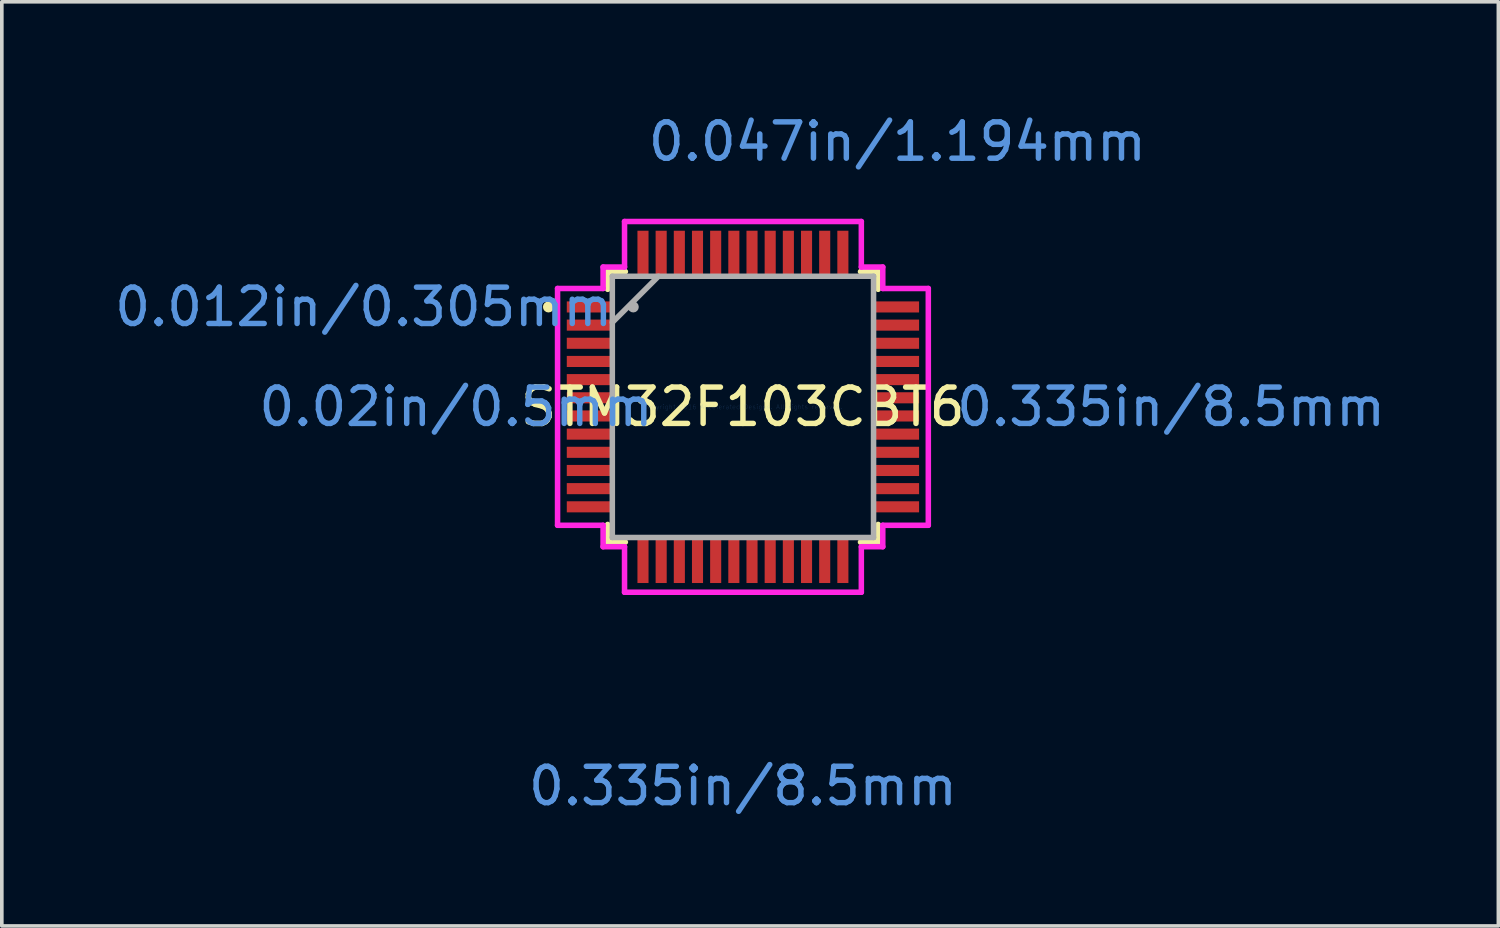
<source format=kicad_pcb>
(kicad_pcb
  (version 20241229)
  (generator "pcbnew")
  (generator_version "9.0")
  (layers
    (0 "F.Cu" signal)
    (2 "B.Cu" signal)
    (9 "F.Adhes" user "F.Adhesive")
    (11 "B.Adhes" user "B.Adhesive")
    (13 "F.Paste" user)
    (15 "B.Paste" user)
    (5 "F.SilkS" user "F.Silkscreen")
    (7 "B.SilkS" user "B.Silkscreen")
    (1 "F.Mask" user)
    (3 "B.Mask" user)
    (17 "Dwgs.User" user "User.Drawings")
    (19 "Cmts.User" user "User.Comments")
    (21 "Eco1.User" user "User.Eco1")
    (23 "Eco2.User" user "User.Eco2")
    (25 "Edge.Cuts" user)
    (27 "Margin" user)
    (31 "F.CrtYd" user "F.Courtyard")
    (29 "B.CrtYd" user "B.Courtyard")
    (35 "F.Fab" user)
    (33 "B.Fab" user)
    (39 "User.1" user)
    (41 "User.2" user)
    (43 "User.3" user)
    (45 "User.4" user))
  (footprint "STM32F103CBT6"
    (layer "F.Cu")
    (at 17.393 8.146)
    (property "Reference" "STM32F103CBT6" (at 0 0 0) (layer "F.SilkS") (effects (font (size 1 1) (thickness 0.15))))
    (attr through_hole)
    (fp_line (start -3.721 -3.721) (end -3.721 -3.235) (stroke (width 0.152) (type solid)) (layer "F.SilkS"))
    (fp_line (start -3.721 3.235) (end -3.721 3.721) (stroke (width 0.152) (type solid)) (layer "F.SilkS"))
    (fp_line (start -3.721 3.721) (end -3.235 3.721) (stroke (width 0.152) (type solid)) (layer "F.SilkS"))
    (fp_line (start -3.235 -3.721) (end -3.721 -3.721) (stroke (width 0.152) (type solid)) (layer "F.SilkS"))
    (fp_line (start 3.235 3.721) (end 3.721 3.721) (stroke (width 0.152) (type solid)) (layer "F.SilkS"))
    (fp_line (start 3.721 -3.721) (end 3.235 -3.721) (stroke (width 0.152) (type solid)) (layer "F.SilkS"))
    (fp_line (start 3.721 -3.235) (end 3.721 -3.721) (stroke (width 0.152) (type solid)) (layer "F.SilkS"))
    (fp_line (start 3.721 3.721) (end 3.721 3.235) (stroke (width 0.152) (type solid)) (layer "F.SilkS"))
    (fp_circle (center -5.351 -2.75) (end -5.275 -2.75) (stroke (width 0.152) (type solid)) (fill no) (layer "F.SilkS"))
    (fp_line (start -5.101 -3.258) (end -3.848 -3.258) (stroke (width 0.152) (type solid)) (layer "F.CrtYd"))
    (fp_line (start -5.101 3.258) (end -5.101 -3.258) (stroke (width 0.152) (type solid)) (layer "F.CrtYd"))
    (fp_line (start -3.848 -3.848) (end -3.258 -3.848) (stroke (width 0.152) (type solid)) (layer "F.CrtYd"))
    (fp_line (start -3.848 -3.258) (end -3.848 -3.848) (stroke (width 0.152) (type solid)) (layer "F.CrtYd"))
    (fp_line (start -3.848 3.258) (end -5.101 3.258) (stroke (width 0.152) (type solid)) (layer "F.CrtYd"))
    (fp_line (start -3.848 3.848) (end -3.848 3.258) (stroke (width 0.152) (type solid)) (layer "F.CrtYd"))
    (fp_line (start -3.258 -5.101) (end 3.258 -5.101) (stroke (width 0.152) (type solid)) (layer "F.CrtYd"))
    (fp_line (start -3.258 -3.848) (end -3.258 -5.101) (stroke (width 0.152) (type solid)) (layer "F.CrtYd"))
    (fp_line (start -3.258 3.848) (end -3.848 3.848) (stroke (width 0.152) (type solid)) (layer "F.CrtYd"))
    (fp_line (start -3.258 5.101) (end -3.258 3.848) (stroke (width 0.152) (type solid)) (layer "F.CrtYd"))
    (fp_line (start 3.258 -5.101) (end 3.258 -3.848) (stroke (width 0.152) (type solid)) (layer "F.CrtYd"))
    (fp_line (start 3.258 -3.848) (end 3.848 -3.848) (stroke (width 0.152) (type solid)) (layer "F.CrtYd"))
    (fp_line (start 3.258 3.848) (end 3.258 5.101) (stroke (width 0.152) (type solid)) (layer "F.CrtYd"))
    (fp_line (start 3.258 5.101) (end -3.258 5.101) (stroke (width 0.152) (type solid)) (layer "F.CrtYd"))
    (fp_line (start 3.848 -3.848) (end 3.848 -3.258) (stroke (width 0.152) (type solid)) (layer "F.CrtYd"))
    (fp_line (start 3.848 -3.258) (end 5.101 -3.258) (stroke (width 0.152) (type solid)) (layer "F.CrtYd"))
    (fp_line (start 3.848 3.258) (end 3.848 3.848) (stroke (width 0.152) (type solid)) (layer "F.CrtYd"))
    (fp_line (start 3.848 3.848) (end 3.258 3.848) (stroke (width 0.152) (type solid)) (layer "F.CrtYd"))
    (fp_line (start 5.101 -3.258) (end 5.101 3.258) (stroke (width 0.152) (type solid)) (layer "F.CrtYd"))
    (fp_line (start 5.101 3.258) (end 3.848 3.258) (stroke (width 0.152) (type solid)) (layer "F.CrtYd"))
    (fp_line (start -3.594 -3.594) (end -3.594 3.594) (stroke (width 0.152) (type solid)) (layer "F.Fab"))
    (fp_line (start -3.594 -2.324) (end -2.324 -3.594) (stroke (width 0.152) (type solid)) (layer "F.Fab"))
    (fp_line (start -3.594 3.594) (end 3.594 3.594) (stroke (width 0.152) (type solid)) (layer "F.Fab"))
    (fp_line (start 3.594 -3.594) (end -3.594 -3.594) (stroke (width 0.152) (type solid)) (layer "F.Fab"))
    (fp_line (start 3.594 3.594) (end 3.594 -3.594) (stroke (width 0.152) (type solid)) (layer "F.Fab"))
    (fp_circle (center -3.018 -2.75) (end -2.942 -2.75) (stroke (width 0.152) (type solid)) (fill no) (layer "F.Fab"))
    (fp_text user "0.047in/1.194mm" (at 4.25 -7.298 0) (layer "Cmts.User") (effects (font (size 1 1) (thickness 0.15))))
    (fp_text user "0.335in/8.5mm" (at 11.781 0 0) (layer "Cmts.User") (effects (font (size 1 1) (thickness 0.15))))
    (fp_text user "0.335in/8.5mm" (at 0 10.435 0) (layer "Cmts.User") (effects (font (size 1 1) (thickness 0.15))))
    (fp_text user "Copyright 2016 Accelerated Designs. All rights reserved." (at 0 0 0) (layer "Cmts.User") (effects (font (size 0.127 0.127) (thickness 0.002))))
    (fp_text user "0.02in/0.5mm" (at -7.895 0 0) (layer "Cmts.User") (effects (font (size 1 1) (thickness 0.15))))
    (fp_text user "0.012in/0.305mm" (at -10.435 -2.75 0) (layer "Cmts.User") (effects (font (size 1 1) (thickness 0.15))))
    (pad "1" smd rect (at -4.25 -2.75) (size 1.194 0.305) (layers "F.Cu" "F.Mask" "F.Paste"))
    (pad "2" smd rect (at -4.25 -2.25) (size 1.194 0.305) (layers "F.Cu" "F.Mask" "F.Paste"))
    (pad "3" smd rect (at -4.25 -1.75) (size 1.194 0.305) (layers "F.Cu" "F.Mask" "F.Paste"))
    (pad "4" smd rect (at -4.25 -1.25) (size 1.194 0.305) (layers "F.Cu" "F.Mask" "F.Paste"))
    (pad "5" smd rect (at -4.25 -0.75) (size 1.194 0.305) (layers "F.Cu" "F.Mask" "F.Paste"))
    (pad "6" smd rect (at -4.25 -0.25) (size 1.194 0.305) (layers "F.Cu" "F.Mask" "F.Paste"))
    (pad "7" smd rect (at -4.25 0.25) (size 1.194 0.305) (layers "F.Cu" "F.Mask" "F.Paste"))
    (pad "8" smd rect (at -4.25 0.75) (size 1.194 0.305) (layers "F.Cu" "F.Mask" "F.Paste"))
    (pad "9" smd rect (at -4.25 1.25) (size 1.194 0.305) (layers "F.Cu" "F.Mask" "F.Paste"))
    (pad "10" smd rect (at -4.25 1.75) (size 1.194 0.305) (layers "F.Cu" "F.Mask" "F.Paste"))
    (pad "11" smd rect (at -4.25 2.25) (size 1.194 0.305) (layers "F.Cu" "F.Mask" "F.Paste"))
    (pad "12" smd rect (at -4.25 2.75) (size 1.194 0.305) (layers "F.Cu" "F.Mask" "F.Paste"))
    (pad "13" smd rect (at -2.75 4.25 90) (size 1.194 0.305) (layers "F.Cu" "F.Mask" "F.Paste"))
    (pad "14" smd rect (at -2.25 4.25 90) (size 1.194 0.305) (layers "F.Cu" "F.Mask" "F.Paste"))
    (pad "15" smd rect (at -1.75 4.25 90) (size 1.194 0.305) (layers "F.Cu" "F.Mask" "F.Paste"))
    (pad "16" smd rect (at -1.25 4.25 90) (size 1.194 0.305) (layers "F.Cu" "F.Mask" "F.Paste"))
    (pad "17" smd rect (at -0.75 4.25 90) (size 1.194 0.305) (layers "F.Cu" "F.Mask" "F.Paste"))
    (pad "18" smd rect (at -0.25 4.25 90) (size 1.194 0.305) (layers "F.Cu" "F.Mask" "F.Paste"))
    (pad "19" smd rect (at 0.25 4.25 90) (size 1.194 0.305) (layers "F.Cu" "F.Mask" "F.Paste"))
    (pad "20" smd rect (at 0.75 4.25 90) (size 1.194 0.305) (layers "F.Cu" "F.Mask" "F.Paste"))
    (pad "21" smd rect (at 1.25 4.25 90) (size 1.194 0.305) (layers "F.Cu" "F.Mask" "F.Paste"))
    (pad "22" smd rect (at 1.75 4.25 90) (size 1.194 0.305) (layers "F.Cu" "F.Mask" "F.Paste"))
    (pad "23" smd rect (at 2.25 4.25 90) (size 1.194 0.305) (layers "F.Cu" "F.Mask" "F.Paste"))
    (pad "24" smd rect (at 2.75 4.25 90) (size 1.194 0.305) (layers "F.Cu" "F.Mask" "F.Paste"))
    (pad "25" smd rect (at 4.25 2.75) (size 1.194 0.305) (layers "F.Cu" "F.Mask" "F.Paste"))
    (pad "26" smd rect (at 4.25 2.25) (size 1.194 0.305) (layers "F.Cu" "F.Mask" "F.Paste"))
    (pad "27" smd rect (at 4.25 1.75) (size 1.194 0.305) (layers "F.Cu" "F.Mask" "F.Paste"))
    (pad "28" smd rect (at 4.25 1.25) (size 1.194 0.305) (layers "F.Cu" "F.Mask" "F.Paste"))
    (pad "29" smd rect (at 4.25 0.75) (size 1.194 0.305) (layers "F.Cu" "F.Mask" "F.Paste"))
    (pad "30" smd rect (at 4.25 0.25) (size 1.194 0.305) (layers "F.Cu" "F.Mask" "F.Paste"))
    (pad "31" smd rect (at 4.25 -0.25) (size 1.194 0.305) (layers "F.Cu" "F.Mask" "F.Paste"))
    (pad "32" smd rect (at 4.25 -0.75) (size 1.194 0.305) (layers "F.Cu" "F.Mask" "F.Paste"))
    (pad "33" smd rect (at 4.25 -1.25) (size 1.194 0.305) (layers "F.Cu" "F.Mask" "F.Paste"))
    (pad "34" smd rect (at 4.25 -1.75) (size 1.194 0.305) (layers "F.Cu" "F.Mask" "F.Paste"))
    (pad "35" smd rect (at 4.25 -2.25) (size 1.194 0.305) (layers "F.Cu" "F.Mask" "F.Paste"))
    (pad "36" smd rect (at 4.25 -2.75) (size 1.194 0.305) (layers "F.Cu" "F.Mask" "F.Paste"))
    (pad "37" smd rect (at 2.75 -4.25 90) (size 1.194 0.305) (layers "F.Cu" "F.Mask" "F.Paste"))
    (pad "38" smd rect (at 2.25 -4.25 90) (size 1.194 0.305) (layers "F.Cu" "F.Mask" "F.Paste"))
    (pad "39" smd rect (at 1.75 -4.25 90) (size 1.194 0.305) (layers "F.Cu" "F.Mask" "F.Paste"))
    (pad "40" smd rect (at 1.25 -4.25 90) (size 1.194 0.305) (layers "F.Cu" "F.Mask" "F.Paste"))
    (pad "41" smd rect (at 0.75 -4.25 90) (size 1.194 0.305) (layers "F.Cu" "F.Mask" "F.Paste"))
    (pad "42" smd rect (at 0.25 -4.25 90) (size 1.194 0.305) (layers "F.Cu" "F.Mask" "F.Paste"))
    (pad "43" smd rect (at -0.25 -4.25 90) (size 1.194 0.305) (layers "F.Cu" "F.Mask" "F.Paste"))
    (pad "44" smd rect (at -0.75 -4.25 90) (size 1.194 0.305) (layers "F.Cu" "F.Mask" "F.Paste"))
    (pad "45" smd rect (at -1.25 -4.25 90) (size 1.194 0.305) (layers "F.Cu" "F.Mask" "F.Paste"))
    (pad "46" smd rect (at -1.75 -4.25 90) (size 1.194 0.305) (layers "F.Cu" "F.Mask" "F.Paste"))
    (pad "47" smd rect (at -2.25 -4.25 90) (size 1.194 0.305) (layers "F.Cu" "F.Mask" "F.Paste"))
    (pad "48" smd rect (at -2.75 -4.25 90) (size 1.194 0.305) (layers "F.Cu" "F.Mask" "F.Paste")))
  (gr_rect
    (start -3 -3)
    (end 38.18 22.429)
    (stroke (width 0.1) (type default))
    (fill no)
    (layer "Edge.Cuts")))
</source>
